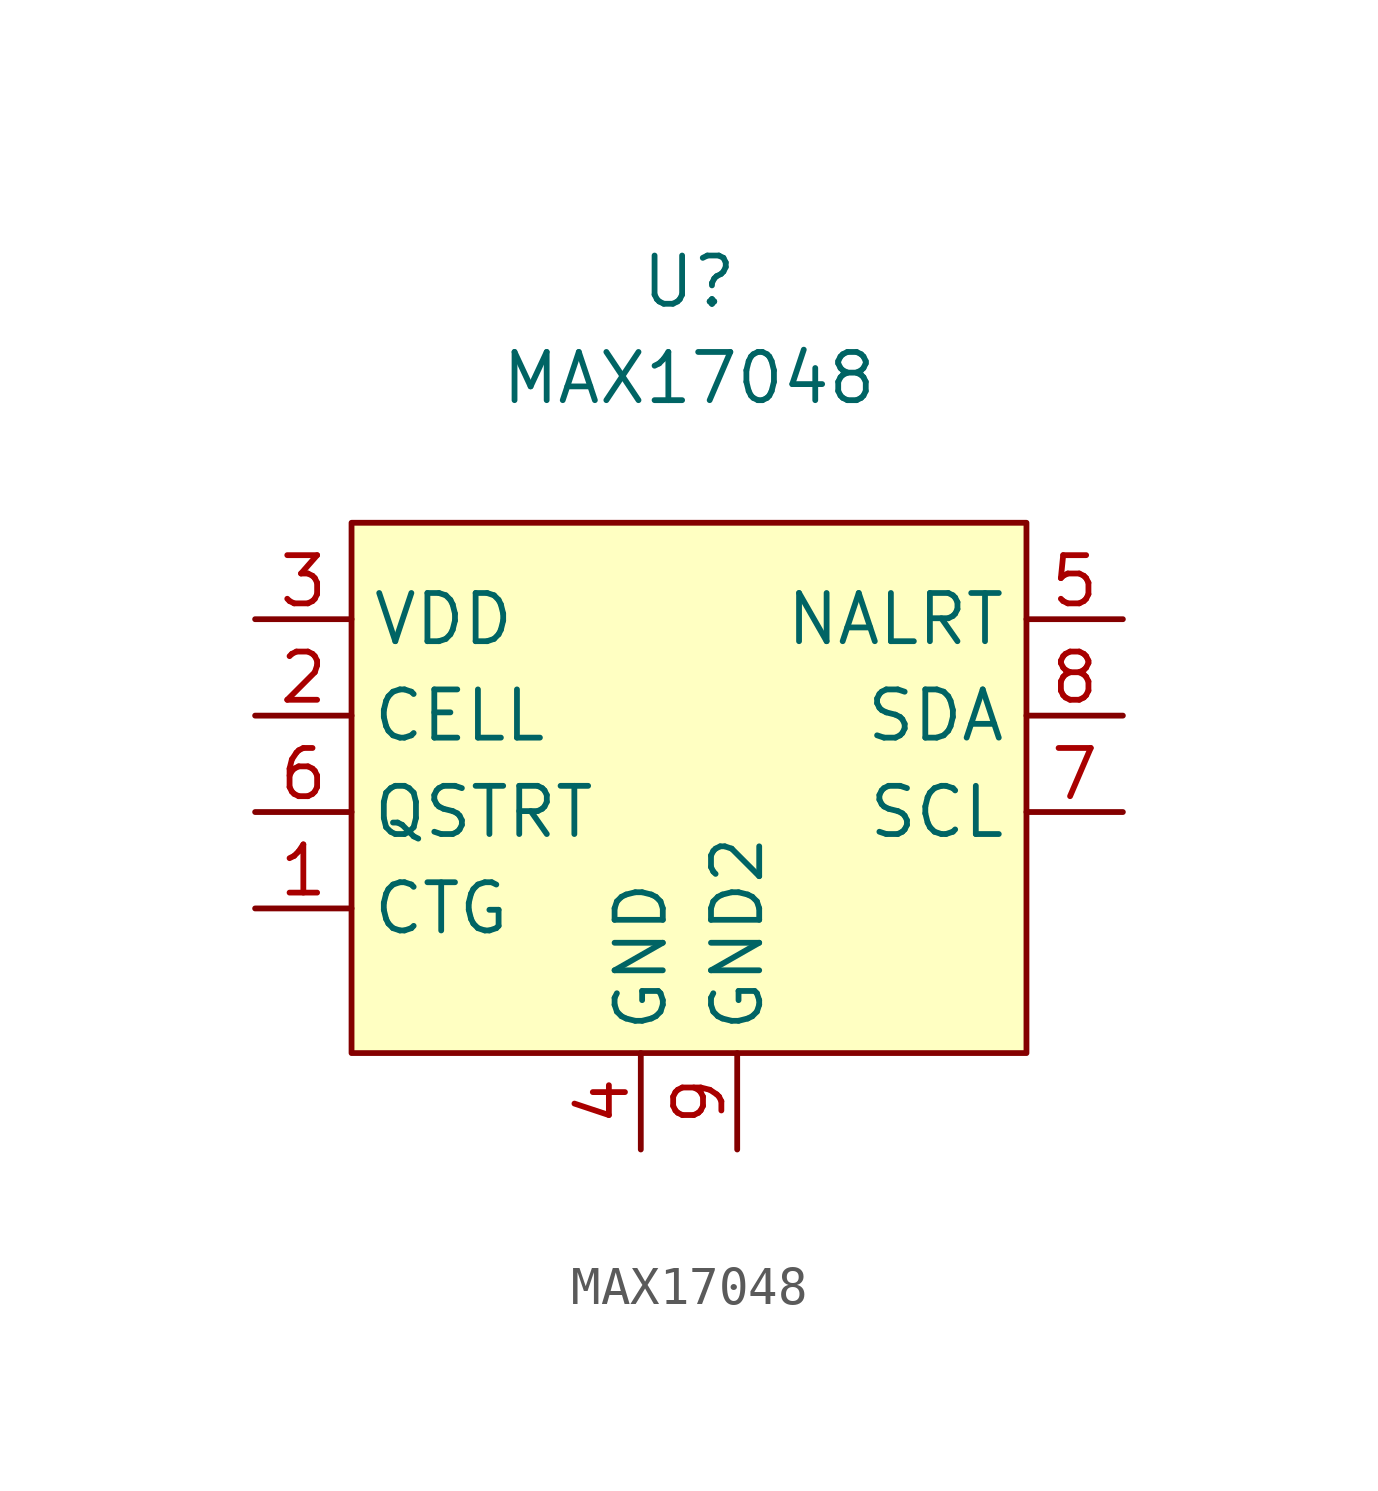
<source format=kicad_sym>
(kicad_symbol_lib
  (version 20220914)
  (generator kicad_symbol_editor)
  (symbol "MAX17048"
    (property "Reference" "U"
      (at 0 3.81 0)
      (effects (font (size 1.27 1.27))))
    (property "Value" "MAX17048"
      (at 0 1.27 0)
      (effects (font (size 1.27 1.27))))
    (symbol "MAX17048_1_1"
      (rectangle (start -8.89 -2.54) (end 8.89 -16.51) (stroke (width 0) (type default)) (fill (type background)))
      (pin power_in line (at -11.43 -12.7 0) (length 2.54) (name "CTG" (effects (font (size 1.27 1.27)))) (number "1" (effects (font (size 1.27 1.27)))))
      (pin power_in line (at -11.43 -7.62 0) (length 2.54) (name "CELL" (effects (font (size 1.27 1.27)))) (number "2" (effects (font (size 1.27 1.27)))))
      (pin power_in line (at -11.43 -5.08 0) (length 2.54) (name "VDD" (effects (font (size 1.27 1.27)))) (number "3" (effects (font (size 1.27 1.27)))))
      (pin power_in line (at -1.27 -19.05 90) (length 2.54) (name "GND" (effects (font (size 1.27 1.27)))) (number "4" (effects (font (size 1.27 1.27)))))
      (pin open_collector line (at 11.43 -5.08 180) (length 2.54) (name "NALRT" (effects (font (size 1.27 1.27)))) (number "5" (effects (font (size 1.27 1.27)))))
      (pin input line (at -11.43 -10.16 0) (length 2.54) (name "QSTRT" (effects (font (size 1.27 1.27)))) (number "6" (effects (font (size 1.27 1.27)))))
      (pin open_collector line (at 11.43 -10.16 180) (length 2.54) (name "SCL" (effects (font (size 1.27 1.27)))) (number "7" (effects (font (size 1.27 1.27)))))
      (pin open_collector line (at 11.43 -7.62 180) (length 2.54) (name "SDA" (effects (font (size 1.27 1.27)))) (number "8" (effects (font (size 1.27 1.27)))))
      (pin power_in line (at 1.27 -19.05 90) (length 2.54) (name "GND2" (effects (font (size 1.27 1.27)))) (number "9" (effects (font (size 1.27 1.27))))))))
</source>
